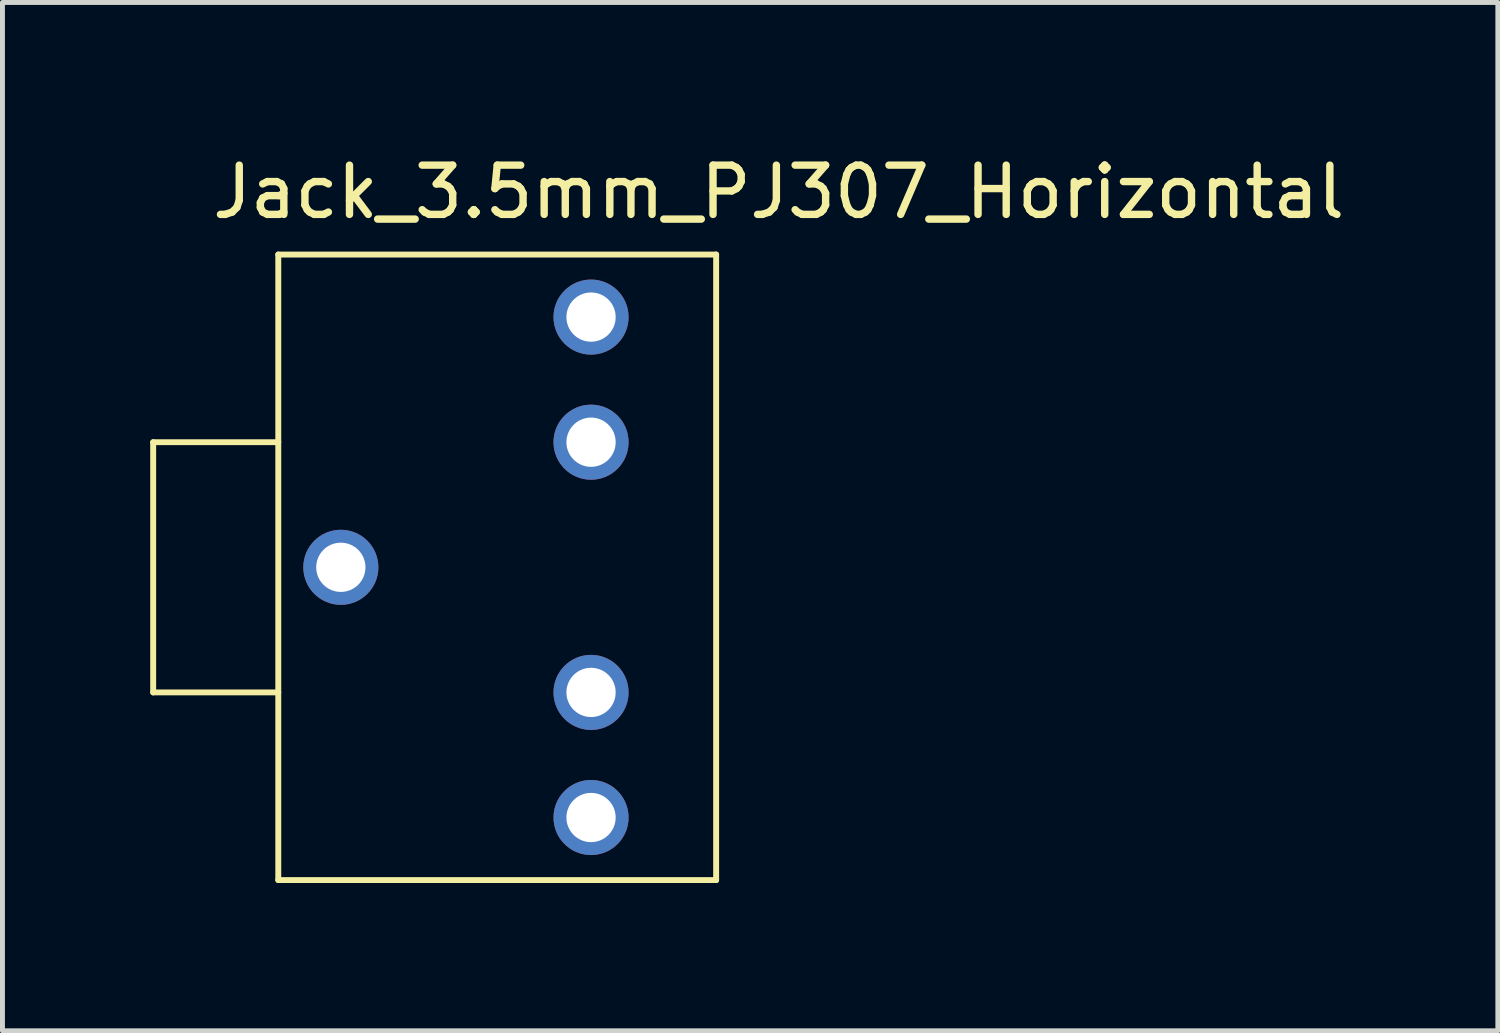
<source format=kicad_pcb>
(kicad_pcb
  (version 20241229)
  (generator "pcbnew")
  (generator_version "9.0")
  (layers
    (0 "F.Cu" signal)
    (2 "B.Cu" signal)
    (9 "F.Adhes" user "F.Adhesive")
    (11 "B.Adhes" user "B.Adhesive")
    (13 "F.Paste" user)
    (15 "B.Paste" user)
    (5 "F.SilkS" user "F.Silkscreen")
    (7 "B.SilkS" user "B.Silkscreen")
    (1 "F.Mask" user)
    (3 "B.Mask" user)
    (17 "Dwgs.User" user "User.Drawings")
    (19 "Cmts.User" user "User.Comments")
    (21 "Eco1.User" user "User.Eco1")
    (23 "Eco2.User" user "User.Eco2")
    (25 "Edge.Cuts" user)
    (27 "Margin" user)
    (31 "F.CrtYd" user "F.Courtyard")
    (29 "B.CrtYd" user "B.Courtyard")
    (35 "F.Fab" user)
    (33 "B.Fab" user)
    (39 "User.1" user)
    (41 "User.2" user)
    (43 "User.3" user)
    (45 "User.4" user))
  (footprint "Jack_3.5mm_PJ307_Horizontal"
    (layer "F.Cu")
    (at 3.87 8.468)
    (property "Reference" "Jack_3.5mm_PJ307_Horizontal" (at 8.89 -7.62 0) (layer "F.SilkS") (effects (font (size 1 1) (thickness 0.15))))
    (attr through_hole)
    (fp_line (start -3.81 -2.54) (end -1.27 -2.54) (stroke (width 0.12) (type solid)) (layer "F.SilkS"))
    (fp_line (start -3.81 2.54) (end -3.81 -2.54) (stroke (width 0.12) (type solid)) (layer "F.SilkS"))
    (fp_line (start -1.27 -6.35) (end 7.62 -6.35) (stroke (width 0.12) (type solid)) (layer "F.SilkS"))
    (fp_line (start -1.27 2.54) (end -3.81 2.54) (stroke (width 0.12) (type solid)) (layer "F.SilkS"))
    (fp_line (start -1.27 6.35) (end -1.27 -6.35) (stroke (width 0.12) (type solid)) (layer "F.SilkS"))
    (fp_line (start 7.62 -6.35) (end 7.62 6.35) (stroke (width 0.12) (type solid)) (layer "F.SilkS"))
    (fp_line (start 7.62 6.35) (end -1.27 6.35) (stroke (width 0.12) (type solid)) (layer "F.SilkS"))
    (pad "G" thru_hole circle (at 0 0) (size 1.524 1.524) (drill 1) (layers "*.Cu" "*.Mask"))
    (pad "S" thru_hole circle (at 5.08 -5.08) (size 1.524 1.524) (drill 1) (layers "*.Cu" "*.Mask"))
    (pad "SN" thru_hole circle (at 5.08 -2.54) (size 1.524 1.524) (drill 1) (layers "*.Cu" "*.Mask"))
    (pad "T" thru_hole circle (at 5.08 5.08) (size 1.524 1.524) (drill 1) (layers "*.Cu" "*.Mask"))
    (pad "TN" thru_hole circle (at 5.08 2.54) (size 1.524 1.524) (drill 1) (layers "*.Cu" "*.Mask")))
  (gr_rect
    (start -3 -3)
    (end 27.361 17.878)
    (stroke (width 0.1) (type default))
    (fill no)
    (layer "Edge.Cuts")))
</source>
